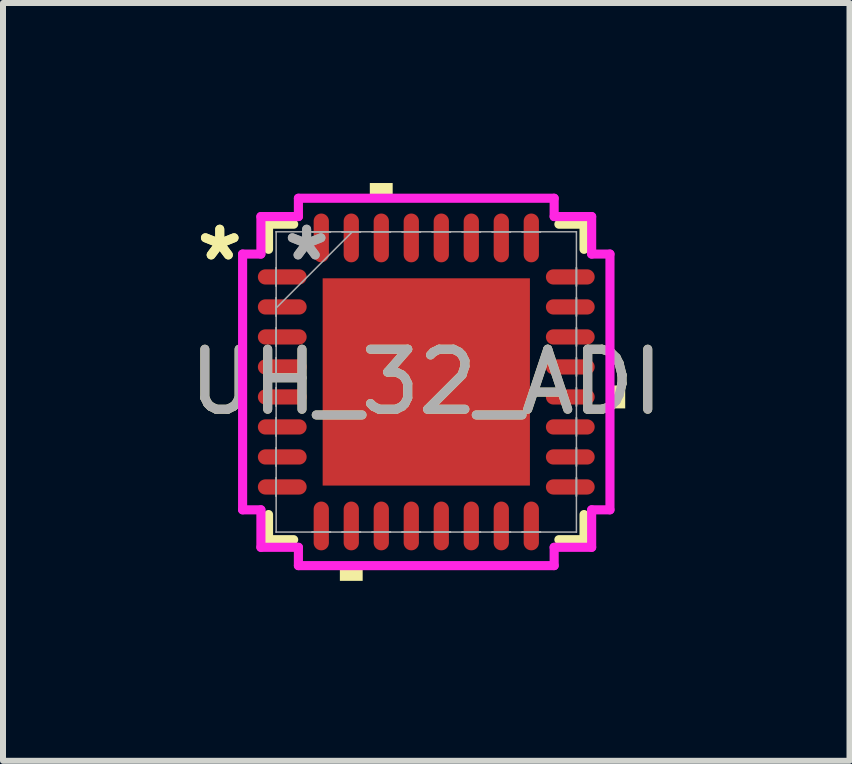
<source format=kicad_pcb>
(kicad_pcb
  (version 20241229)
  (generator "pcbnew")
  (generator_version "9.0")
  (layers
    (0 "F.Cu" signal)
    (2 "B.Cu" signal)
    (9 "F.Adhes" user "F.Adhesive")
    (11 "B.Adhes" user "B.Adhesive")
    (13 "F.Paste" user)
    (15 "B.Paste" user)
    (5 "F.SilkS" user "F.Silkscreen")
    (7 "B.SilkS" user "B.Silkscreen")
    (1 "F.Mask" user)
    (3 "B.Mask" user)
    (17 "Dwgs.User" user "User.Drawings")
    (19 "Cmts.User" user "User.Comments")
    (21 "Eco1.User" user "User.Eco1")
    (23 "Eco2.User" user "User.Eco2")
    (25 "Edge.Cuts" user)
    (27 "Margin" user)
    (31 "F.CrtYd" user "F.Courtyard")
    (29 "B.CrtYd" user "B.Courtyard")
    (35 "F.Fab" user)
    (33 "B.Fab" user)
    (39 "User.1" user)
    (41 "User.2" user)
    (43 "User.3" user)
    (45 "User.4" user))
  (footprint "UH_32_ADI"
    (layer "F.Cu")
    (at 4.054 3.315)
    (property "Reference" "UH_32_ADI" (at 0 0 0) (unlocked yes) (layer "F.SilkS") (effects (font (size 1 1) (thickness 0.15))))
    (attr smd)
    (fp_line (start -2.629 -2.629) (end -2.629 -2.21) (stroke (width 0.152) (type solid)) (layer "F.SilkS"))
    (fp_line (start -2.629 2.21) (end -2.629 2.629) (stroke (width 0.152) (type solid)) (layer "F.SilkS"))
    (fp_line (start -2.629 2.629) (end -2.21 2.629) (stroke (width 0.152) (type solid)) (layer "F.SilkS"))
    (fp_line (start -2.21 -2.629) (end -2.629 -2.629) (stroke (width 0.152) (type solid)) (layer "F.SilkS"))
    (fp_line (start 2.21 2.629) (end 2.629 2.629) (stroke (width 0.152) (type solid)) (layer "F.SilkS"))
    (fp_line (start 2.629 -2.629) (end 2.21 -2.629) (stroke (width 0.152) (type solid)) (layer "F.SilkS"))
    (fp_line (start 2.629 -2.21) (end 2.629 -2.629) (stroke (width 0.152) (type solid)) (layer "F.SilkS"))
    (fp_line (start 2.629 2.629) (end 2.629 2.21) (stroke (width 0.152) (type solid)) (layer "F.SilkS"))
    (fp_poly (pts (xy -1.44 3.061) (xy -1.44 3.315) (xy -1.06 3.315) (xy -1.06 3.061)) (stroke (width 0) (type solid)) (fill yes) (layer "F.SilkS"))
    (fp_poly (pts (xy -0.941 -3.061) (xy -0.941 -3.315) (xy -0.56 -3.315) (xy -0.56 -3.061)) (stroke (width 0) (type solid)) (fill yes) (layer "F.SilkS"))
    (fp_poly (pts (xy 3.315 0.059) (xy 3.315 0.441) (xy 3.061 0.441) (xy 3.061 0.059)) (stroke (width 0) (type solid)) (fill yes) (layer "F.SilkS"))
    (fp_poly (pts (xy -1.627 -1.627) (xy -1.627 -0.1) (xy -0.1 -0.1) (xy -0.1 -1.627)) (stroke (width 0) (type solid)) (fill yes) (layer "F.Paste"))
    (fp_poly (pts (xy -1.627 0.1) (xy -1.627 1.627) (xy -0.1 1.627) (xy -0.1 0.1)) (stroke (width 0) (type solid)) (fill yes) (layer "F.Paste"))
    (fp_poly (pts (xy 0.1 -1.627) (xy 0.1 -0.1) (xy 1.627 -0.1) (xy 1.627 -1.627)) (stroke (width 0) (type solid)) (fill yes) (layer "F.Paste"))
    (fp_poly (pts (xy 0.1 0.1) (xy 0.1 1.627) (xy 1.627 1.627) (xy 1.627 0.1)) (stroke (width 0) (type solid)) (fill yes) (layer "F.Paste"))
    (fp_line (start -3.061 -2.131) (end -2.756 -2.131) (stroke (width 0.152) (type solid)) (layer "F.CrtYd"))
    (fp_line (start -3.061 2.131) (end -3.061 -2.131) (stroke (width 0.152) (type solid)) (layer "F.CrtYd"))
    (fp_line (start -2.756 -2.756) (end -2.131 -2.756) (stroke (width 0.152) (type solid)) (layer "F.CrtYd"))
    (fp_line (start -2.756 -2.131) (end -2.756 -2.756) (stroke (width 0.152) (type solid)) (layer "F.CrtYd"))
    (fp_line (start -2.756 2.131) (end -3.061 2.131) (stroke (width 0.152) (type solid)) (layer "F.CrtYd"))
    (fp_line (start -2.756 2.756) (end -2.756 2.131) (stroke (width 0.152) (type solid)) (layer "F.CrtYd"))
    (fp_line (start -2.131 -3.061) (end 2.131 -3.061) (stroke (width 0.152) (type solid)) (layer "F.CrtYd"))
    (fp_line (start -2.131 -2.756) (end -2.131 -3.061) (stroke (width 0.152) (type solid)) (layer "F.CrtYd"))
    (fp_line (start -2.131 2.756) (end -2.756 2.756) (stroke (width 0.152) (type solid)) (layer "F.CrtYd"))
    (fp_line (start -2.131 3.061) (end -2.131 2.756) (stroke (width 0.152) (type solid)) (layer "F.CrtYd"))
    (fp_line (start 2.131 -3.061) (end 2.131 -2.756) (stroke (width 0.152) (type solid)) (layer "F.CrtYd"))
    (fp_line (start 2.131 -2.756) (end 2.756 -2.756) (stroke (width 0.152) (type solid)) (layer "F.CrtYd"))
    (fp_line (start 2.131 2.756) (end 2.131 3.061) (stroke (width 0.152) (type solid)) (layer "F.CrtYd"))
    (fp_line (start 2.131 3.061) (end -2.131 3.061) (stroke (width 0.152) (type solid)) (layer "F.CrtYd"))
    (fp_line (start 2.756 -2.756) (end 2.756 -2.131) (stroke (width 0.152) (type solid)) (layer "F.CrtYd"))
    (fp_line (start 2.756 -2.131) (end 3.061 -2.131) (stroke (width 0.152) (type solid)) (layer "F.CrtYd"))
    (fp_line (start 2.756 2.131) (end 2.756 2.756) (stroke (width 0.152) (type solid)) (layer "F.CrtYd"))
    (fp_line (start 2.756 2.756) (end 2.131 2.756) (stroke (width 0.152) (type solid)) (layer "F.CrtYd"))
    (fp_line (start 3.061 -2.131) (end 3.061 2.131) (stroke (width 0.152) (type solid)) (layer "F.CrtYd"))
    (fp_line (start 3.061 2.131) (end 2.756 2.131) (stroke (width 0.152) (type solid)) (layer "F.CrtYd"))
    (fp_line (start -2.502 -2.502) (end -2.502 -2.502) (stroke (width 0.025) (type solid)) (layer "F.Fab"))
    (fp_line (start -2.502 -2.502) (end -2.502 2.502) (stroke (width 0.025) (type solid)) (layer "F.Fab"))
    (fp_line (start -2.502 -1.902) (end -2.502 -1.902) (stroke (width 0.025) (type solid)) (layer "F.Fab"))
    (fp_line (start -2.502 -1.902) (end -2.502 -1.598) (stroke (width 0.025) (type solid)) (layer "F.Fab"))
    (fp_line (start -2.502 -1.598) (end -2.502 -1.902) (stroke (width 0.025) (type solid)) (layer "F.Fab"))
    (fp_line (start -2.502 -1.598) (end -2.502 -1.598) (stroke (width 0.025) (type solid)) (layer "F.Fab"))
    (fp_line (start -2.502 -1.402) (end -2.502 -1.402) (stroke (width 0.025) (type solid)) (layer "F.Fab"))
    (fp_line (start -2.502 -1.402) (end -2.502 -1.098) (stroke (width 0.025) (type solid)) (layer "F.Fab"))
    (fp_line (start -2.502 -1.232) (end -1.232 -2.502) (stroke (width 0.025) (type solid)) (layer "F.Fab"))
    (fp_line (start -2.502 -1.098) (end -2.502 -1.402) (stroke (width 0.025) (type solid)) (layer "F.Fab"))
    (fp_line (start -2.502 -1.098) (end -2.502 -1.098) (stroke (width 0.025) (type solid)) (layer "F.Fab"))
    (fp_line (start -2.502 -0.902) (end -2.502 -0.902) (stroke (width 0.025) (type solid)) (layer "F.Fab"))
    (fp_line (start -2.502 -0.902) (end -2.502 -0.598) (stroke (width 0.025) (type solid)) (layer "F.Fab"))
    (fp_line (start -2.502 -0.598) (end -2.502 -0.902) (stroke (width 0.025) (type solid)) (layer "F.Fab"))
    (fp_line (start -2.502 -0.598) (end -2.502 -0.598) (stroke (width 0.025) (type solid)) (layer "F.Fab"))
    (fp_line (start -2.502 -0.402) (end -2.502 -0.402) (stroke (width 0.025) (type solid)) (layer "F.Fab"))
    (fp_line (start -2.502 -0.402) (end -2.502 -0.098) (stroke (width 0.025) (type solid)) (layer "F.Fab"))
    (fp_line (start -2.502 -0.098) (end -2.502 -0.402) (stroke (width 0.025) (type solid)) (layer "F.Fab"))
    (fp_line (start -2.502 -0.098) (end -2.502 -0.098) (stroke (width 0.025) (type solid)) (layer "F.Fab"))
    (fp_line (start -2.502 0.098) (end -2.502 0.098) (stroke (width 0.025) (type solid)) (layer "F.Fab"))
    (fp_line (start -2.502 0.098) (end -2.502 0.402) (stroke (width 0.025) (type solid)) (layer "F.Fab"))
    (fp_line (start -2.502 0.402) (end -2.502 0.098) (stroke (width 0.025) (type solid)) (layer "F.Fab"))
    (fp_line (start -2.502 0.402) (end -2.502 0.402) (stroke (width 0.025) (type solid)) (layer "F.Fab"))
    (fp_line (start -2.502 0.598) (end -2.502 0.598) (stroke (width 0.025) (type solid)) (layer "F.Fab"))
    (fp_line (start -2.502 0.598) (end -2.502 0.902) (stroke (width 0.025) (type solid)) (layer "F.Fab"))
    (fp_line (start -2.502 0.902) (end -2.502 0.598) (stroke (width 0.025) (type solid)) (layer "F.Fab"))
    (fp_line (start -2.502 0.902) (end -2.502 0.902) (stroke (width 0.025) (type solid)) (layer "F.Fab"))
    (fp_line (start -2.502 1.098) (end -2.502 1.098) (stroke (width 0.025) (type solid)) (layer "F.Fab"))
    (fp_line (start -2.502 1.098) (end -2.502 1.402) (stroke (width 0.025) (type solid)) (layer "F.Fab"))
    (fp_line (start -2.502 1.402) (end -2.502 1.098) (stroke (width 0.025) (type solid)) (layer "F.Fab"))
    (fp_line (start -2.502 1.402) (end -2.502 1.402) (stroke (width 0.025) (type solid)) (layer "F.Fab"))
    (fp_line (start -2.502 1.598) (end -2.502 1.598) (stroke (width 0.025) (type solid)) (layer "F.Fab"))
    (fp_line (start -2.502 1.598) (end -2.502 1.902) (stroke (width 0.025) (type solid)) (layer "F.Fab"))
    (fp_line (start -2.502 1.902) (end -2.502 1.598) (stroke (width 0.025) (type solid)) (layer "F.Fab"))
    (fp_line (start -2.502 1.902) (end -2.502 1.902) (stroke (width 0.025) (type solid)) (layer "F.Fab"))
    (fp_line (start -2.502 2.502) (end -2.502 2.502) (stroke (width 0.025) (type solid)) (layer "F.Fab"))
    (fp_line (start -2.502 2.502) (end 2.502 2.502) (stroke (width 0.025) (type solid)) (layer "F.Fab"))
    (fp_line (start -1.902 -2.502) (end -1.902 -2.502) (stroke (width 0.025) (type solid)) (layer "F.Fab"))
    (fp_line (start -1.902 -2.502) (end -1.598 -2.502) (stroke (width 0.025) (type solid)) (layer "F.Fab"))
    (fp_line (start -1.902 2.502) (end -1.902 2.502) (stroke (width 0.025) (type solid)) (layer "F.Fab"))
    (fp_line (start -1.902 2.502) (end -1.598 2.502) (stroke (width 0.025) (type solid)) (layer "F.Fab"))
    (fp_line (start -1.598 -2.502) (end -1.902 -2.502) (stroke (width 0.025) (type solid)) (layer "F.Fab"))
    (fp_line (start -1.598 -2.502) (end -1.598 -2.502) (stroke (width 0.025) (type solid)) (layer "F.Fab"))
    (fp_line (start -1.598 2.502) (end -1.902 2.502) (stroke (width 0.025) (type solid)) (layer "F.Fab"))
    (fp_line (start -1.598 2.502) (end -1.598 2.502) (stroke (width 0.025) (type solid)) (layer "F.Fab"))
    (fp_line (start -1.402 -2.502) (end -1.402 -2.502) (stroke (width 0.025) (type solid)) (layer "F.Fab"))
    (fp_line (start -1.402 -2.502) (end -1.098 -2.502) (stroke (width 0.025) (type solid)) (layer "F.Fab"))
    (fp_line (start -1.402 2.502) (end -1.402 2.502) (stroke (width 0.025) (type solid)) (layer "F.Fab"))
    (fp_line (start -1.402 2.502) (end -1.098 2.502) (stroke (width 0.025) (type solid)) (layer "F.Fab"))
    (fp_line (start -1.098 -2.502) (end -1.402 -2.502) (stroke (width 0.025) (type solid)) (layer "F.Fab"))
    (fp_line (start -1.098 -2.502) (end -1.098 -2.502) (stroke (width 0.025) (type solid)) (layer "F.Fab"))
    (fp_line (start -1.098 2.502) (end -1.402 2.502) (stroke (width 0.025) (type solid)) (layer "F.Fab"))
    (fp_line (start -1.098 2.502) (end -1.098 2.502) (stroke (width 0.025) (type solid)) (layer "F.Fab"))
    (fp_line (start -0.902 -2.502) (end -0.902 -2.502) (stroke (width 0.025) (type solid)) (layer "F.Fab"))
    (fp_line (start -0.902 -2.502) (end -0.598 -2.502) (stroke (width 0.025) (type solid)) (layer "F.Fab"))
    (fp_line (start -0.902 2.502) (end -0.902 2.502) (stroke (width 0.025) (type solid)) (layer "F.Fab"))
    (fp_line (start -0.902 2.502) (end -0.598 2.502) (stroke (width 0.025) (type solid)) (layer "F.Fab"))
    (fp_line (start -0.598 -2.502) (end -0.902 -2.502) (stroke (width 0.025) (type solid)) (layer "F.Fab"))
    (fp_line (start -0.598 -2.502) (end -0.598 -2.502) (stroke (width 0.025) (type solid)) (layer "F.Fab"))
    (fp_line (start -0.598 2.502) (end -0.902 2.502) (stroke (width 0.025) (type solid)) (layer "F.Fab"))
    (fp_line (start -0.598 2.502) (end -0.598 2.502) (stroke (width 0.025) (type solid)) (layer "F.Fab"))
    (fp_line (start -0.402 -2.502) (end -0.402 -2.502) (stroke (width 0.025) (type solid)) (layer "F.Fab"))
    (fp_line (start -0.402 -2.502) (end -0.098 -2.502) (stroke (width 0.025) (type solid)) (layer "F.Fab"))
    (fp_line (start -0.402 2.502) (end -0.402 2.502) (stroke (width 0.025) (type solid)) (layer "F.Fab"))
    (fp_line (start -0.402 2.502) (end -0.098 2.502) (stroke (width 0.025) (type solid)) (layer "F.Fab"))
    (fp_line (start -0.098 -2.502) (end -0.402 -2.502) (stroke (width 0.025) (type solid)) (layer "F.Fab"))
    (fp_line (start -0.098 -2.502) (end -0.098 -2.502) (stroke (width 0.025) (type solid)) (layer "F.Fab"))
    (fp_line (start -0.098 2.502) (end -0.402 2.502) (stroke (width 0.025) (type solid)) (layer "F.Fab"))
    (fp_line (start -0.098 2.502) (end -0.098 2.502) (stroke (width 0.025) (type solid)) (layer "F.Fab"))
    (fp_line (start 0.098 -2.502) (end 0.098 -2.502) (stroke (width 0.025) (type solid)) (layer "F.Fab"))
    (fp_line (start 0.098 -2.502) (end 0.402 -2.502) (stroke (width 0.025) (type solid)) (layer "F.Fab"))
    (fp_line (start 0.098 2.502) (end 0.098 2.502) (stroke (width 0.025) (type solid)) (layer "F.Fab"))
    (fp_line (start 0.098 2.502) (end 0.402 2.502) (stroke (width 0.025) (type solid)) (layer "F.Fab"))
    (fp_line (start 0.402 -2.502) (end 0.098 -2.502) (stroke (width 0.025) (type solid)) (layer "F.Fab"))
    (fp_line (start 0.402 -2.502) (end 0.402 -2.502) (stroke (width 0.025) (type solid)) (layer "F.Fab"))
    (fp_line (start 0.402 2.502) (end 0.098 2.502) (stroke (width 0.025) (type solid)) (layer "F.Fab"))
    (fp_line (start 0.402 2.502) (end 0.402 2.502) (stroke (width 0.025) (type solid)) (layer "F.Fab"))
    (fp_line (start 0.598 -2.502) (end 0.598 -2.502) (stroke (width 0.025) (type solid)) (layer "F.Fab"))
    (fp_line (start 0.598 -2.502) (end 0.902 -2.502) (stroke (width 0.025) (type solid)) (layer "F.Fab"))
    (fp_line (start 0.598 2.502) (end 0.598 2.502) (stroke (width 0.025) (type solid)) (layer "F.Fab"))
    (fp_line (start 0.598 2.502) (end 0.902 2.502) (stroke (width 0.025) (type solid)) (layer "F.Fab"))
    (fp_line (start 0.902 -2.502) (end 0.598 -2.502) (stroke (width 0.025) (type solid)) (layer "F.Fab"))
    (fp_line (start 0.902 -2.502) (end 0.902 -2.502) (stroke (width 0.025) (type solid)) (layer "F.Fab"))
    (fp_line (start 0.902 2.502) (end 0.598 2.502) (stroke (width 0.025) (type solid)) (layer "F.Fab"))
    (fp_line (start 0.902 2.502) (end 0.902 2.502) (stroke (width 0.025) (type solid)) (layer "F.Fab"))
    (fp_line (start 1.098 -2.502) (end 1.098 -2.502) (stroke (width 0.025) (type solid)) (layer "F.Fab"))
    (fp_line (start 1.098 -2.502) (end 1.402 -2.502) (stroke (width 0.025) (type solid)) (layer "F.Fab"))
    (fp_line (start 1.098 2.502) (end 1.098 2.502) (stroke (width 0.025) (type solid)) (layer "F.Fab"))
    (fp_line (start 1.098 2.502) (end 1.402 2.502) (stroke (width 0.025) (type solid)) (layer "F.Fab"))
    (fp_line (start 1.402 -2.502) (end 1.098 -2.502) (stroke (width 0.025) (type solid)) (layer "F.Fab"))
    (fp_line (start 1.402 -2.502) (end 1.402 -2.502) (stroke (width 0.025) (type solid)) (layer "F.Fab"))
    (fp_line (start 1.402 2.502) (end 1.098 2.502) (stroke (width 0.025) (type solid)) (layer "F.Fab"))
    (fp_line (start 1.402 2.502) (end 1.402 2.502) (stroke (width 0.025) (type solid)) (layer "F.Fab"))
    (fp_line (start 1.598 -2.502) (end 1.598 -2.502) (stroke (width 0.025) (type solid)) (layer "F.Fab"))
    (fp_line (start 1.598 -2.502) (end 1.902 -2.502) (stroke (width 0.025) (type solid)) (layer "F.Fab"))
    (fp_line (start 1.598 2.502) (end 1.598 2.502) (stroke (width 0.025) (type solid)) (layer "F.Fab"))
    (fp_line (start 1.598 2.502) (end 1.902 2.502) (stroke (width 0.025) (type solid)) (layer "F.Fab"))
    (fp_line (start 1.902 -2.502) (end 1.598 -2.502) (stroke (width 0.025) (type solid)) (layer "F.Fab"))
    (fp_line (start 1.902 -2.502) (end 1.902 -2.502) (stroke (width 0.025) (type solid)) (layer "F.Fab"))
    (fp_line (start 1.902 2.502) (end 1.598 2.502) (stroke (width 0.025) (type solid)) (layer "F.Fab"))
    (fp_line (start 1.902 2.502) (end 1.902 2.502) (stroke (width 0.025) (type solid)) (layer "F.Fab"))
    (fp_line (start 2.502 -2.502) (end -2.502 -2.502) (stroke (width 0.025) (type solid)) (layer "F.Fab"))
    (fp_line (start 2.502 -2.502) (end 2.502 -2.502) (stroke (width 0.025) (type solid)) (layer "F.Fab"))
    (fp_line (start 2.502 -1.902) (end 2.502 -1.902) (stroke (width 0.025) (type solid)) (layer "F.Fab"))
    (fp_line (start 2.502 -1.902) (end 2.502 -1.598) (stroke (width 0.025) (type solid)) (layer "F.Fab"))
    (fp_line (start 2.502 -1.598) (end 2.502 -1.902) (stroke (width 0.025) (type solid)) (layer "F.Fab"))
    (fp_line (start 2.502 -1.598) (end 2.502 -1.598) (stroke (width 0.025) (type solid)) (layer "F.Fab"))
    (fp_line (start 2.502 -1.402) (end 2.502 -1.402) (stroke (width 0.025) (type solid)) (layer "F.Fab"))
    (fp_line (start 2.502 -1.402) (end 2.502 -1.098) (stroke (width 0.025) (type solid)) (layer "F.Fab"))
    (fp_line (start 2.502 -1.098) (end 2.502 -1.402) (stroke (width 0.025) (type solid)) (layer "F.Fab"))
    (fp_line (start 2.502 -1.098) (end 2.502 -1.098) (stroke (width 0.025) (type solid)) (layer "F.Fab"))
    (fp_line (start 2.502 -0.902) (end 2.502 -0.902) (stroke (width 0.025) (type solid)) (layer "F.Fab"))
    (fp_line (start 2.502 -0.902) (end 2.502 -0.598) (stroke (width 0.025) (type solid)) (layer "F.Fab"))
    (fp_line (start 2.502 -0.598) (end 2.502 -0.902) (stroke (width 0.025) (type solid)) (layer "F.Fab"))
    (fp_line (start 2.502 -0.598) (end 2.502 -0.598) (stroke (width 0.025) (type solid)) (layer "F.Fab"))
    (fp_line (start 2.502 -0.402) (end 2.502 -0.402) (stroke (width 0.025) (type solid)) (layer "F.Fab"))
    (fp_line (start 2.502 -0.402) (end 2.502 -0.098) (stroke (width 0.025) (type solid)) (layer "F.Fab"))
    (fp_line (start 2.502 -0.098) (end 2.502 -0.402) (stroke (width 0.025) (type solid)) (layer "F.Fab"))
    (fp_line (start 2.502 -0.098) (end 2.502 -0.098) (stroke (width 0.025) (type solid)) (layer "F.Fab"))
    (fp_line (start 2.502 0.098) (end 2.502 0.098) (stroke (width 0.025) (type solid)) (layer "F.Fab"))
    (fp_line (start 2.502 0.098) (end 2.502 0.402) (stroke (width 0.025) (type solid)) (layer "F.Fab"))
    (fp_line (start 2.502 0.402) (end 2.502 0.098) (stroke (width 0.025) (type solid)) (layer "F.Fab"))
    (fp_line (start 2.502 0.402) (end 2.502 0.402) (stroke (width 0.025) (type solid)) (layer "F.Fab"))
    (fp_line (start 2.502 0.598) (end 2.502 0.598) (stroke (width 0.025) (type solid)) (layer "F.Fab"))
    (fp_line (start 2.502 0.598) (end 2.502 0.902) (stroke (width 0.025) (type solid)) (layer "F.Fab"))
    (fp_line (start 2.502 0.902) (end 2.502 0.598) (stroke (width 0.025) (type solid)) (layer "F.Fab"))
    (fp_line (start 2.502 0.902) (end 2.502 0.902) (stroke (width 0.025) (type solid)) (layer "F.Fab"))
    (fp_line (start 2.502 1.098) (end 2.502 1.098) (stroke (width 0.025) (type solid)) (layer "F.Fab"))
    (fp_line (start 2.502 1.098) (end 2.502 1.402) (stroke (width 0.025) (type solid)) (layer "F.Fab"))
    (fp_line (start 2.502 1.402) (end 2.502 1.098) (stroke (width 0.025) (type solid)) (layer "F.Fab"))
    (fp_line (start 2.502 1.402) (end 2.502 1.402) (stroke (width 0.025) (type solid)) (layer "F.Fab"))
    (fp_line (start 2.502 1.598) (end 2.502 1.598) (stroke (width 0.025) (type solid)) (layer "F.Fab"))
    (fp_line (start 2.502 1.598) (end 2.502 1.902) (stroke (width 0.025) (type solid)) (layer "F.Fab"))
    (fp_line (start 2.502 1.902) (end 2.502 1.598) (stroke (width 0.025) (type solid)) (layer "F.Fab"))
    (fp_line (start 2.502 1.902) (end 2.502 1.902) (stroke (width 0.025) (type solid)) (layer "F.Fab"))
    (fp_line (start 2.502 2.502) (end 2.502 -2.502) (stroke (width 0.025) (type solid)) (layer "F.Fab"))
    (fp_line (start 2.502 2.502) (end 2.502 2.502) (stroke (width 0.025) (type solid)) (layer "F.Fab"))
    (fp_text user "*" (at -3.442 -2 0) (unlocked yes) (layer "F.SilkS") (effects (font (size 1 1) (thickness 0.15))))
    (fp_text user "*" (at -3.442 -2 0) (layer "F.SilkS") (effects (font (size 1 1) (thickness 0.15))))
    (fp_text user "${REFERENCE}" (at 0 0 0) (unlocked yes) (layer "F.Fab") (effects (font (size 1 1) (thickness 0.15))))
    (fp_text user "*" (at -1.994 -2 0) (unlocked yes) (layer "F.Fab") (effects (font (size 1 1) (thickness 0.15))))
    (fp_text user "*" (at -1.994 -2 0) (layer "F.Fab") (effects (font (size 1 1) (thickness 0.15))))
    (pad "1" smd oval (at -2.4 -1.75 90) (size 0.254 0.813) (layers "F.Cu" "F.Mask" "F.Paste"))
    (pad "2" smd oval (at -2.4 -1.25 90) (size 0.254 0.813) (layers "F.Cu" "F.Mask" "F.Paste"))
    (pad "3" smd oval (at -2.4 -0.75 90) (size 0.254 0.813) (layers "F.Cu" "F.Mask" "F.Paste"))
    (pad "4" smd oval (at -2.4 -0.25 90) (size 0.254 0.813) (layers "F.Cu" "F.Mask" "F.Paste"))
    (pad "5" smd oval (at -2.4 0.25 90) (size 0.254 0.813) (layers "F.Cu" "F.Mask" "F.Paste"))
    (pad "6" smd oval (at -2.4 0.75 90) (size 0.254 0.813) (layers "F.Cu" "F.Mask" "F.Paste"))
    (pad "7" smd oval (at -2.4 1.25 90) (size 0.254 0.813) (layers "F.Cu" "F.Mask" "F.Paste"))
    (pad "8" smd oval (at -2.4 1.75 90) (size 0.254 0.813) (layers "F.Cu" "F.Mask" "F.Paste"))
    (pad "9" smd oval (at -1.75 2.4) (size 0.254 0.813) (layers "F.Cu" "F.Mask" "F.Paste"))
    (pad "10" smd oval (at -1.25 2.4) (size 0.254 0.813) (layers "F.Cu" "F.Mask" "F.Paste"))
    (pad "11" smd oval (at -0.75 2.4) (size 0.254 0.813) (layers "F.Cu" "F.Mask" "F.Paste"))
    (pad "12" smd oval (at -0.25 2.4) (size 0.254 0.813) (layers "F.Cu" "F.Mask" "F.Paste"))
    (pad "13" smd oval (at 0.25 2.4) (size 0.254 0.813) (layers "F.Cu" "F.Mask" "F.Paste"))
    (pad "14" smd oval (at 0.75 2.4) (size 0.254 0.813) (layers "F.Cu" "F.Mask" "F.Paste"))
    (pad "15" smd oval (at 1.25 2.4) (size 0.254 0.813) (layers "F.Cu" "F.Mask" "F.Paste"))
    (pad "16" smd oval (at 1.75 2.4) (size 0.254 0.813) (layers "F.Cu" "F.Mask" "F.Paste"))
    (pad "17" smd oval (at 2.4 1.75 90) (size 0.254 0.813) (layers "F.Cu" "F.Mask" "F.Paste"))
    (pad "18" smd oval (at 2.4 1.25 90) (size 0.254 0.813) (layers "F.Cu" "F.Mask" "F.Paste"))
    (pad "19" smd oval (at 2.4 0.75 90) (size 0.254 0.813) (layers "F.Cu" "F.Mask" "F.Paste"))
    (pad "20" smd oval (at 2.4 0.25 90) (size 0.254 0.813) (layers "F.Cu" "F.Mask" "F.Paste"))
    (pad "21" smd oval (at 2.4 -0.25 90) (size 0.254 0.813) (layers "F.Cu" "F.Mask" "F.Paste"))
    (pad "22" smd oval (at 2.4 -0.75 90) (size 0.254 0.813) (layers "F.Cu" "F.Mask" "F.Paste"))
    (pad "23" smd oval (at 2.4 -1.25 90) (size 0.254 0.813) (layers "F.Cu" "F.Mask" "F.Paste"))
    (pad "24" smd oval (at 2.4 -1.75 90) (size 0.254 0.813) (layers "F.Cu" "F.Mask" "F.Paste"))
    (pad "25" smd oval (at 1.75 -2.4) (size 0.254 0.813) (layers "F.Cu" "F.Mask" "F.Paste"))
    (pad "26" smd oval (at 1.25 -2.4) (size 0.254 0.813) (layers "F.Cu" "F.Mask" "F.Paste"))
    (pad "27" smd oval (at 0.75 -2.4) (size 0.254 0.813) (layers "F.Cu" "F.Mask" "F.Paste"))
    (pad "28" smd oval (at 0.25 -2.4) (size 0.254 0.813) (layers "F.Cu" "F.Mask" "F.Paste"))
    (pad "29" smd oval (at -0.25 -2.4) (size 0.254 0.813) (layers "F.Cu" "F.Mask" "F.Paste"))
    (pad "30" smd oval (at -0.75 -2.4) (size 0.254 0.813) (layers "F.Cu" "F.Mask" "F.Paste"))
    (pad "31" smd oval (at -1.25 -2.4) (size 0.254 0.813) (layers "F.Cu" "F.Mask" "F.Paste"))
    (pad "32" smd oval (at -1.75 -2.4) (size 0.254 0.813) (layers "F.Cu" "F.Mask" "F.Paste"))
    (pad "33" smd rect (at 0 0) (size 3.454 3.454) (layers "F.Cu" "F.Mask" "F.Paste")))
  (gr_rect
    (start -3 -3)
    (end 11.107 9.629)
    (stroke (width 0.1) (type default))
    (fill no)
    (layer "Edge.Cuts")))
</source>
